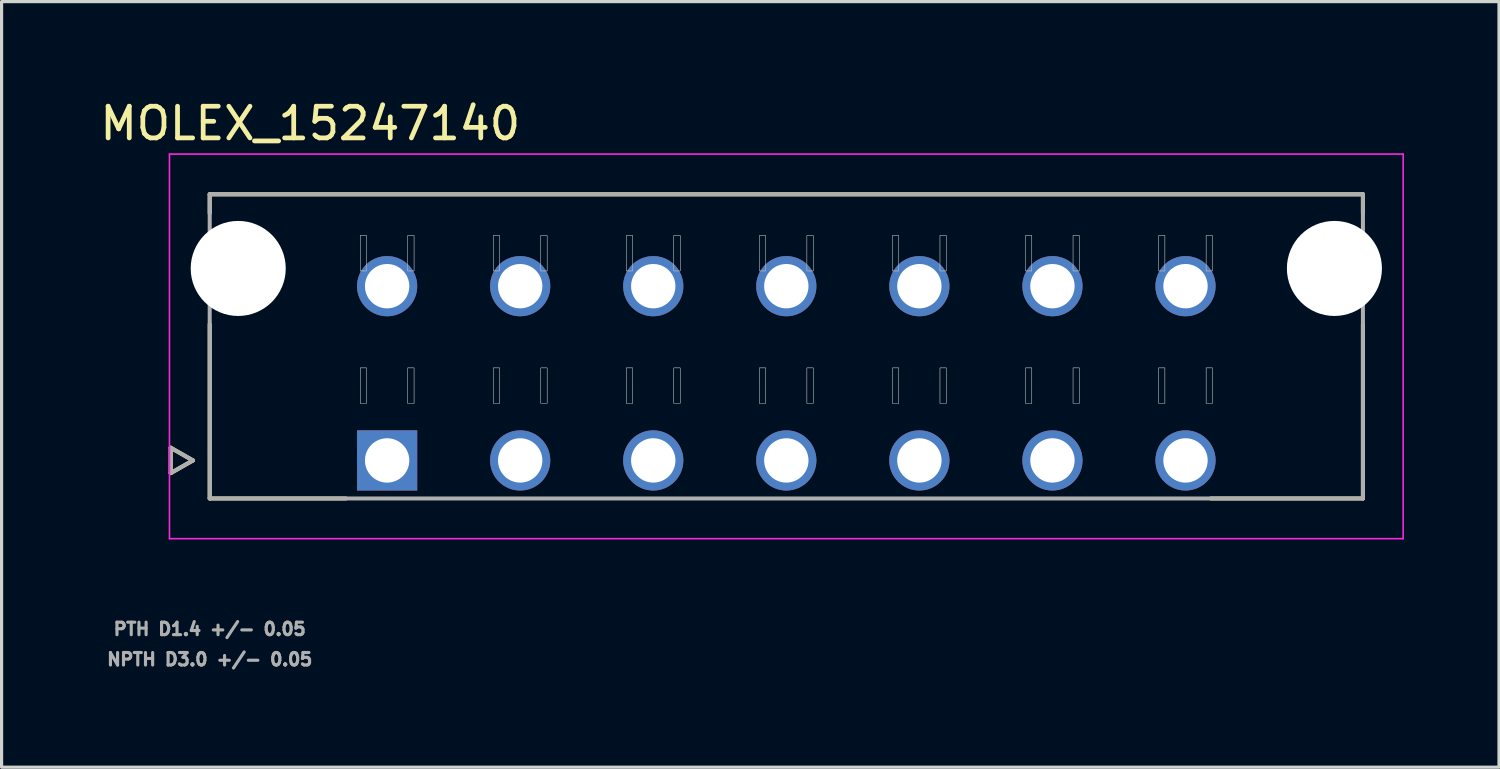
<source format=kicad_pcb>
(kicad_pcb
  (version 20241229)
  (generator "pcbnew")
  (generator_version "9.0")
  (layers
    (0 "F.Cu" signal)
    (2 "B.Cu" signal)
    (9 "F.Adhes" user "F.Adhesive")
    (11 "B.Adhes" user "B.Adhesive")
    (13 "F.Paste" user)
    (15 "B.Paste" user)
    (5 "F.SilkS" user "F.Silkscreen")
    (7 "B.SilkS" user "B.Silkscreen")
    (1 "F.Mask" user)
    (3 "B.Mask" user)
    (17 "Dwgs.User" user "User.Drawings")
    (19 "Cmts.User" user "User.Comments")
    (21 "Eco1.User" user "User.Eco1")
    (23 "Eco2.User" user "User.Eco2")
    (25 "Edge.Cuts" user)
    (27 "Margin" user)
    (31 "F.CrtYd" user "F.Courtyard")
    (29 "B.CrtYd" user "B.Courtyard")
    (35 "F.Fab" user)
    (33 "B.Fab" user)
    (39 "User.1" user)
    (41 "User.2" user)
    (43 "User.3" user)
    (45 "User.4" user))
  (footprint "MOLEX_15247140"
    (layer "F.Cu")
    (at 9.169 11.483)
    (property "Reference" "MOLEX_15247140" (at -2.425 -10.635 0) (layer "F.SilkS") (effects (font (size 1 1) (thickness 0.15))))
    (attr through_hole)
    (fp_circle (center -4.7 -6.06) (end -3.912 -6.06) (stroke (width 1.576) (type solid)) (fill no) (layer "F.Mask"))
    (fp_circle (center 0 -5.5) (end 0.513 -5.5) (stroke (width 1.026) (type solid)) (fill no) (layer "F.Mask"))
    (fp_circle (center 4.2 -5.5) (end 4.713 -5.5) (stroke (width 1.026) (type solid)) (fill no) (layer "F.Mask"))
    (fp_circle (center 4.2 0) (end 4.713 0) (stroke (width 1.026) (type solid)) (fill no) (layer "F.Mask"))
    (fp_circle (center 8.4 -5.5) (end 8.913 -5.5) (stroke (width 1.026) (type solid)) (fill no) (layer "F.Mask"))
    (fp_circle (center 8.4 0) (end 8.913 0) (stroke (width 1.026) (type solid)) (fill no) (layer "F.Mask"))
    (fp_circle (center 12.6 -5.5) (end 13.113 -5.5) (stroke (width 1.026) (type solid)) (fill no) (layer "F.Mask"))
    (fp_circle (center 12.6 0) (end 13.113 0) (stroke (width 1.026) (type solid)) (fill no) (layer "F.Mask"))
    (fp_circle (center 16.8 -5.5) (end 17.313 -5.5) (stroke (width 1.026) (type solid)) (fill no) (layer "F.Mask"))
    (fp_circle (center 16.8 0) (end 17.313 0) (stroke (width 1.026) (type solid)) (fill no) (layer "F.Mask"))
    (fp_circle (center 21 -5.5) (end 21.513 -5.5) (stroke (width 1.026) (type solid)) (fill no) (layer "F.Mask"))
    (fp_circle (center 21 0) (end 21.513 0) (stroke (width 1.026) (type solid)) (fill no) (layer "F.Mask"))
    (fp_circle (center 25.2 -5.5) (end 25.713 -5.5) (stroke (width 1.026) (type solid)) (fill no) (layer "F.Mask"))
    (fp_circle (center 25.2 0) (end 25.713 0) (stroke (width 1.026) (type solid)) (fill no) (layer "F.Mask"))
    (fp_circle (center 29.9 -6.06) (end 30.688 -6.06) (stroke (width 1.576) (type solid)) (fill no) (layer "F.Mask"))
    (fp_poly (pts (xy -1.026 -1.026) (xy 1.026 -1.026) (xy 1.026 1.026) (xy -1.026 1.026)) (stroke (width 0.01) (type solid)) (fill yes) (layer "F.Mask"))
    (fp_circle (center -4.7 -6.06) (end -3.912 -6.06) (stroke (width 1.576) (type solid)) (fill no) (layer "B.Mask"))
    (fp_circle (center 0 -5.5) (end 0.513 -5.5) (stroke (width 1.026) (type solid)) (fill no) (layer "B.Mask"))
    (fp_circle (center 4.2 -5.5) (end 4.713 -5.5) (stroke (width 1.026) (type solid)) (fill no) (layer "B.Mask"))
    (fp_circle (center 4.2 0) (end 4.713 0) (stroke (width 1.026) (type solid)) (fill no) (layer "B.Mask"))
    (fp_circle (center 8.4 -5.5) (end 8.913 -5.5) (stroke (width 1.026) (type solid)) (fill no) (layer "B.Mask"))
    (fp_circle (center 8.4 0) (end 8.913 0) (stroke (width 1.026) (type solid)) (fill no) (layer "B.Mask"))
    (fp_circle (center 12.6 -5.5) (end 13.113 -5.5) (stroke (width 1.026) (type solid)) (fill no) (layer "B.Mask"))
    (fp_circle (center 12.6 0) (end 13.113 0) (stroke (width 1.026) (type solid)) (fill no) (layer "B.Mask"))
    (fp_circle (center 16.8 -5.5) (end 17.313 -5.5) (stroke (width 1.026) (type solid)) (fill no) (layer "B.Mask"))
    (fp_circle (center 16.8 0) (end 17.313 0) (stroke (width 1.026) (type solid)) (fill no) (layer "B.Mask"))
    (fp_circle (center 21 -5.5) (end 21.513 -5.5) (stroke (width 1.026) (type solid)) (fill no) (layer "B.Mask"))
    (fp_circle (center 21 0) (end 21.513 0) (stroke (width 1.026) (type solid)) (fill no) (layer "B.Mask"))
    (fp_circle (center 25.2 -5.5) (end 25.713 -5.5) (stroke (width 1.026) (type solid)) (fill no) (layer "B.Mask"))
    (fp_circle (center 25.2 0) (end 25.713 0) (stroke (width 1.026) (type solid)) (fill no) (layer "B.Mask"))
    (fp_circle (center 29.9 -6.06) (end 30.688 -6.06) (stroke (width 1.576) (type solid)) (fill no) (layer "B.Mask"))
    (fp_poly (pts (xy -1.026 -1.026) (xy 1.026 -1.026) (xy 1.026 1.026) (xy -1.026 1.026)) (stroke (width 0.01) (type solid)) (fill yes) (layer "B.Mask"))
    (fp_line (start -6.83 -0.4) (end -6.83 0.4) (stroke (width 0.127) (type solid)) (layer "F.SilkS"))
    (fp_line (start -6.83 0.4) (end -6.13 0) (stroke (width 0.127) (type solid)) (layer "F.SilkS"))
    (fp_line (start -6.13 0) (end -6.83 -0.4) (stroke (width 0.127) (type solid)) (layer "F.SilkS"))
    (fp_line (start -5.6 -8.4) (end -5.6 -7.8) (stroke (width 0.127) (type solid)) (layer "F.SilkS"))
    (fp_line (start -5.6 -8.4) (end 30.8 -8.4) (stroke (width 0.127) (type solid)) (layer "F.SilkS"))
    (fp_line (start -5.6 -4.3) (end -5.6 1.2) (stroke (width 0.127) (type solid)) (layer "F.SilkS"))
    (fp_line (start -1.3 1.2) (end -5.6 1.2) (stroke (width 0.127) (type solid)) (layer "F.SilkS"))
    (fp_line (start 30.8 -8.4) (end 30.8 -7.8) (stroke (width 0.127) (type solid)) (layer "F.SilkS"))
    (fp_line (start 30.8 -4.3) (end 30.8 1.2) (stroke (width 0.127) (type solid)) (layer "F.SilkS"))
    (fp_line (start 30.8 1.2) (end 26 1.2) (stroke (width 0.127) (type solid)) (layer "F.SilkS"))
    (fp_poly (pts (xy -0.65 -7.1) (xy -0.85 -7.1) (xy -0.85 -5.98) (xy -0.65 -5.98)) (stroke (width 0.01) (type solid)) (fill no) (layer "Dwgs.User"))
    (fp_poly (pts (xy -0.65 -7.1) (xy -0.85 -7.1) (xy -0.85 -5.98) (xy -0.65 -5.98)) (stroke (width 0.01) (type solid)) (fill no) (layer "Dwgs.User"))
    (fp_poly (pts (xy -0.65 -2.92) (xy -0.85 -2.92) (xy -0.85 -1.8) (xy -0.65 -1.8)) (stroke (width 0.01) (type solid)) (fill no) (layer "Dwgs.User"))
    (fp_poly (pts (xy -0.65 -2.92) (xy -0.85 -2.92) (xy -0.85 -1.8) (xy -0.65 -1.8)) (stroke (width 0.01) (type solid)) (fill no) (layer "Dwgs.User"))
    (fp_poly (pts (xy 0.85 -7.1) (xy 0.65 -7.1) (xy 0.65 -5.98) (xy 0.85 -5.98)) (stroke (width 0.01) (type solid)) (fill no) (layer "Dwgs.User"))
    (fp_poly (pts (xy 0.85 -7.1) (xy 0.65 -7.1) (xy 0.65 -5.98) (xy 0.85 -5.98)) (stroke (width 0.01) (type solid)) (fill no) (layer "Dwgs.User"))
    (fp_poly (pts (xy 0.85 -2.92) (xy 0.65 -2.92) (xy 0.65 -1.8) (xy 0.85 -1.8)) (stroke (width 0.01) (type solid)) (fill no) (layer "Dwgs.User"))
    (fp_poly (pts (xy 0.85 -2.92) (xy 0.65 -2.92) (xy 0.65 -1.8) (xy 0.85 -1.8)) (stroke (width 0.01) (type solid)) (fill no) (layer "Dwgs.User"))
    (fp_poly (pts (xy 3.55 -7.1) (xy 3.35 -7.1) (xy 3.35 -5.98) (xy 3.55 -5.98)) (stroke (width 0.01) (type solid)) (fill no) (layer "Dwgs.User"))
    (fp_poly (pts (xy 3.55 -7.1) (xy 3.35 -7.1) (xy 3.35 -5.98) (xy 3.55 -5.98)) (stroke (width 0.01) (type solid)) (fill no) (layer "Dwgs.User"))
    (fp_poly (pts (xy 3.55 -2.92) (xy 3.35 -2.92) (xy 3.35 -1.8) (xy 3.55 -1.8)) (stroke (width 0.01) (type solid)) (fill no) (layer "Dwgs.User"))
    (fp_poly (pts (xy 3.55 -2.92) (xy 3.35 -2.92) (xy 3.35 -1.8) (xy 3.55 -1.8)) (stroke (width 0.01) (type solid)) (fill no) (layer "Dwgs.User"))
    (fp_poly (pts (xy 5.05 -7.1) (xy 4.85 -7.1) (xy 4.85 -5.98) (xy 5.05 -5.98)) (stroke (width 0.01) (type solid)) (fill no) (layer "Dwgs.User"))
    (fp_poly (pts (xy 5.05 -7.1) (xy 4.85 -7.1) (xy 4.85 -5.98) (xy 5.05 -5.98)) (stroke (width 0.01) (type solid)) (fill no) (layer "Dwgs.User"))
    (fp_poly (pts (xy 5.05 -2.92) (xy 4.85 -2.92) (xy 4.85 -1.8) (xy 5.05 -1.8)) (stroke (width 0.01) (type solid)) (fill no) (layer "Dwgs.User"))
    (fp_poly (pts (xy 5.05 -2.92) (xy 4.85 -2.92) (xy 4.85 -1.8) (xy 5.05 -1.8)) (stroke (width 0.01) (type solid)) (fill no) (layer "Dwgs.User"))
    (fp_poly (pts (xy 7.75 -7.1) (xy 7.55 -7.1) (xy 7.55 -5.98) (xy 7.75 -5.98)) (stroke (width 0.01) (type solid)) (fill no) (layer "Dwgs.User"))
    (fp_poly (pts (xy 7.75 -7.1) (xy 7.55 -7.1) (xy 7.55 -5.98) (xy 7.75 -5.98)) (stroke (width 0.01) (type solid)) (fill no) (layer "Dwgs.User"))
    (fp_poly (pts (xy 7.75 -2.92) (xy 7.55 -2.92) (xy 7.55 -1.8) (xy 7.75 -1.8)) (stroke (width 0.01) (type solid)) (fill no) (layer "Dwgs.User"))
    (fp_poly (pts (xy 7.75 -2.92) (xy 7.55 -2.92) (xy 7.55 -1.8) (xy 7.75 -1.8)) (stroke (width 0.01) (type solid)) (fill no) (layer "Dwgs.User"))
    (fp_poly (pts (xy 9.25 -7.1) (xy 9.05 -7.1) (xy 9.05 -5.98) (xy 9.25 -5.98)) (stroke (width 0.01) (type solid)) (fill no) (layer "Dwgs.User"))
    (fp_poly (pts (xy 9.25 -7.1) (xy 9.05 -7.1) (xy 9.05 -5.98) (xy 9.25 -5.98)) (stroke (width 0.01) (type solid)) (fill no) (layer "Dwgs.User"))
    (fp_poly (pts (xy 9.25 -2.92) (xy 9.05 -2.92) (xy 9.05 -1.8) (xy 9.25 -1.8)) (stroke (width 0.01) (type solid)) (fill no) (layer "Dwgs.User"))
    (fp_poly (pts (xy 9.25 -2.92) (xy 9.05 -2.92) (xy 9.05 -1.8) (xy 9.25 -1.8)) (stroke (width 0.01) (type solid)) (fill no) (layer "Dwgs.User"))
    (fp_poly (pts (xy 11.95 -7.1) (xy 11.75 -7.1) (xy 11.75 -5.98) (xy 11.95 -5.98)) (stroke (width 0.01) (type solid)) (fill no) (layer "Dwgs.User"))
    (fp_poly (pts (xy 11.95 -7.1) (xy 11.75 -7.1) (xy 11.75 -5.98) (xy 11.95 -5.98)) (stroke (width 0.01) (type solid)) (fill no) (layer "Dwgs.User"))
    (fp_poly (pts (xy 11.95 -2.92) (xy 11.75 -2.92) (xy 11.75 -1.8) (xy 11.95 -1.8)) (stroke (width 0.01) (type solid)) (fill no) (layer "Dwgs.User"))
    (fp_poly (pts (xy 11.95 -2.92) (xy 11.75 -2.92) (xy 11.75 -1.8) (xy 11.95 -1.8)) (stroke (width 0.01) (type solid)) (fill no) (layer "Dwgs.User"))
    (fp_poly (pts (xy 13.45 -7.1) (xy 13.25 -7.1) (xy 13.25 -5.98) (xy 13.45 -5.98)) (stroke (width 0.01) (type solid)) (fill no) (layer "Dwgs.User"))
    (fp_poly (pts (xy 13.45 -7.1) (xy 13.25 -7.1) (xy 13.25 -5.98) (xy 13.45 -5.98)) (stroke (width 0.01) (type solid)) (fill no) (layer "Dwgs.User"))
    (fp_poly (pts (xy 13.45 -2.92) (xy 13.25 -2.92) (xy 13.25 -1.8) (xy 13.45 -1.8)) (stroke (width 0.01) (type solid)) (fill no) (layer "Dwgs.User"))
    (fp_poly (pts (xy 13.45 -2.92) (xy 13.25 -2.92) (xy 13.25 -1.8) (xy 13.45 -1.8)) (stroke (width 0.01) (type solid)) (fill no) (layer "Dwgs.User"))
    (fp_poly (pts (xy 16.15 -7.1) (xy 15.95 -7.1) (xy 15.95 -5.98) (xy 16.15 -5.98)) (stroke (width 0.01) (type solid)) (fill no) (layer "Dwgs.User"))
    (fp_poly (pts (xy 16.15 -7.1) (xy 15.95 -7.1) (xy 15.95 -5.98) (xy 16.15 -5.98)) (stroke (width 0.01) (type solid)) (fill no) (layer "Dwgs.User"))
    (fp_poly (pts (xy 16.15 -2.92) (xy 15.95 -2.92) (xy 15.95 -1.8) (xy 16.15 -1.8)) (stroke (width 0.01) (type solid)) (fill no) (layer "Dwgs.User"))
    (fp_poly (pts (xy 16.15 -2.92) (xy 15.95 -2.92) (xy 15.95 -1.8) (xy 16.15 -1.8)) (stroke (width 0.01) (type solid)) (fill no) (layer "Dwgs.User"))
    (fp_poly (pts (xy 17.65 -7.1) (xy 17.45 -7.1) (xy 17.45 -5.98) (xy 17.65 -5.98)) (stroke (width 0.01) (type solid)) (fill no) (layer "Dwgs.User"))
    (fp_poly (pts (xy 17.65 -7.1) (xy 17.45 -7.1) (xy 17.45 -5.98) (xy 17.65 -5.98)) (stroke (width 0.01) (type solid)) (fill no) (layer "Dwgs.User"))
    (fp_poly (pts (xy 17.65 -2.92) (xy 17.45 -2.92) (xy 17.45 -1.8) (xy 17.65 -1.8)) (stroke (width 0.01) (type solid)) (fill no) (layer "Dwgs.User"))
    (fp_poly (pts (xy 17.65 -2.92) (xy 17.45 -2.92) (xy 17.45 -1.8) (xy 17.65 -1.8)) (stroke (width 0.01) (type solid)) (fill no) (layer "Dwgs.User"))
    (fp_poly (pts (xy 20.35 -7.1) (xy 20.15 -7.1) (xy 20.15 -5.98) (xy 20.35 -5.98)) (stroke (width 0.01) (type solid)) (fill no) (layer "Dwgs.User"))
    (fp_poly (pts (xy 20.35 -7.1) (xy 20.15 -7.1) (xy 20.15 -5.98) (xy 20.35 -5.98)) (stroke (width 0.01) (type solid)) (fill no) (layer "Dwgs.User"))
    (fp_poly (pts (xy 20.35 -2.92) (xy 20.15 -2.92) (xy 20.15 -1.8) (xy 20.35 -1.8)) (stroke (width 0.01) (type solid)) (fill no) (layer "Dwgs.User"))
    (fp_poly (pts (xy 20.35 -2.92) (xy 20.15 -2.92) (xy 20.15 -1.8) (xy 20.35 -1.8)) (stroke (width 0.01) (type solid)) (fill no) (layer "Dwgs.User"))
    (fp_poly (pts (xy 21.85 -7.1) (xy 21.65 -7.1) (xy 21.65 -5.98) (xy 21.85 -5.98)) (stroke (width 0.01) (type solid)) (fill no) (layer "Dwgs.User"))
    (fp_poly (pts (xy 21.85 -7.1) (xy 21.65 -7.1) (xy 21.65 -5.98) (xy 21.85 -5.98)) (stroke (width 0.01) (type solid)) (fill no) (layer "Dwgs.User"))
    (fp_poly (pts (xy 21.85 -2.92) (xy 21.65 -2.92) (xy 21.65 -1.8) (xy 21.85 -1.8)) (stroke (width 0.01) (type solid)) (fill no) (layer "Dwgs.User"))
    (fp_poly (pts (xy 21.85 -2.92) (xy 21.65 -2.92) (xy 21.65 -1.8) (xy 21.85 -1.8)) (stroke (width 0.01) (type solid)) (fill no) (layer "Dwgs.User"))
    (fp_poly (pts (xy 24.55 -7.1) (xy 24.35 -7.1) (xy 24.35 -5.98) (xy 24.55 -5.98)) (stroke (width 0.01) (type solid)) (fill no) (layer "Dwgs.User"))
    (fp_poly (pts (xy 24.55 -7.1) (xy 24.35 -7.1) (xy 24.35 -5.98) (xy 24.55 -5.98)) (stroke (width 0.01) (type solid)) (fill no) (layer "Dwgs.User"))
    (fp_poly (pts (xy 24.55 -2.92) (xy 24.35 -2.92) (xy 24.35 -1.8) (xy 24.55 -1.8)) (stroke (width 0.01) (type solid)) (fill no) (layer "Dwgs.User"))
    (fp_poly (pts (xy 24.55 -2.92) (xy 24.35 -2.92) (xy 24.35 -1.8) (xy 24.55 -1.8)) (stroke (width 0.01) (type solid)) (fill no) (layer "Dwgs.User"))
    (fp_poly (pts (xy 26.05 -7.1) (xy 25.85 -7.1) (xy 25.85 -5.98) (xy 26.05 -5.98)) (stroke (width 0.01) (type solid)) (fill no) (layer "Dwgs.User"))
    (fp_poly (pts (xy 26.05 -7.1) (xy 25.85 -7.1) (xy 25.85 -5.98) (xy 26.05 -5.98)) (stroke (width 0.01) (type solid)) (fill no) (layer "Dwgs.User"))
    (fp_poly (pts (xy 26.05 -2.92) (xy 25.85 -2.92) (xy 25.85 -1.8) (xy 26.05 -1.8)) (stroke (width 0.01) (type solid)) (fill no) (layer "Dwgs.User"))
    (fp_poly (pts (xy 26.05 -2.92) (xy 25.85 -2.92) (xy 25.85 -1.8) (xy 26.05 -1.8)) (stroke (width 0.01) (type solid)) (fill no) (layer "Dwgs.User"))
    (fp_line (start -6.87 -9.67) (end 32.07 -9.67) (stroke (width 0.05) (type solid)) (layer "F.CrtYd"))
    (fp_line (start -6.87 2.47) (end -6.87 -9.67) (stroke (width 0.05) (type solid)) (layer "F.CrtYd"))
    (fp_line (start -6.87 2.47) (end 32.07 2.47) (stroke (width 0.05) (type solid)) (layer "F.CrtYd"))
    (fp_line (start 32.07 -9.67) (end 32.07 2.47) (stroke (width 0.05) (type solid)) (layer "F.CrtYd"))
    (fp_line (start -6.83 -0.4) (end -6.83 0.4) (stroke (width 0.127) (type solid)) (layer "F.Fab"))
    (fp_line (start -6.83 0.4) (end -6.13 0) (stroke (width 0.127) (type solid)) (layer "F.Fab"))
    (fp_line (start -6.13 0) (end -6.83 -0.4) (stroke (width 0.127) (type solid)) (layer "F.Fab"))
    (fp_line (start -5.6 -8.4) (end 30.8 -8.4) (stroke (width 0.127) (type solid)) (layer "F.Fab"))
    (fp_line (start -5.6 1.2) (end -5.6 -8.4) (stroke (width 0.127) (type solid)) (layer "F.Fab"))
    (fp_line (start 30.8 -8.4) (end 30.8 1.2) (stroke (width 0.127) (type solid)) (layer "F.Fab"))
    (fp_line (start 30.8 1.2) (end -5.6 1.2) (stroke (width 0.127) (type solid)) (layer "F.Fab"))
    (fp_text user "PTH D1.4 +/- 0.05" (at -5.6 5.322 0) (layer "F.Fab") (effects (font (size 0.394 0.394) (thickness 0.15))))
    (fp_text user "NPTH D3.0 +/- 0.05" (at -5.6 6.28 0) (layer "F.Fab") (effects (font (size 0.394 0.394) (thickness 0.15))))
    (pad "" np_thru_hole circle (at -4.7 -6.06) (size 3 3) (drill 3) (layers "*.Cu" "*.Mask"))
    (pad "" np_thru_hole circle (at 29.9 -6.06) (size 3 3) (drill 3) (layers "*.Cu" "*.Mask"))
    (pad "1" thru_hole rect (at 0 0) (size 1.9 1.9) (drill 1.4) (layers "*.Cu"))
    (pad "2" thru_hole circle (at 4.2 0) (size 1.9 1.9) (drill 1.4) (layers "*.Cu"))
    (pad "3" thru_hole circle (at 8.4 0) (size 1.9 1.9) (drill 1.4) (layers "*.Cu"))
    (pad "4" thru_hole circle (at 12.6 0) (size 1.9 1.9) (drill 1.4) (layers "*.Cu"))
    (pad "5" thru_hole circle (at 16.8 0) (size 1.9 1.9) (drill 1.4) (layers "*.Cu"))
    (pad "6" thru_hole circle (at 21 0) (size 1.9 1.9) (drill 1.4) (layers "*.Cu"))
    (pad "7" thru_hole circle (at 25.2 0) (size 1.9 1.9) (drill 1.4) (layers "*.Cu"))
    (pad "8" thru_hole circle (at 0 -5.5) (size 1.9 1.9) (drill 1.4) (layers "*.Cu"))
    (pad "9" thru_hole circle (at 4.2 -5.5) (size 1.9 1.9) (drill 1.4) (layers "*.Cu"))
    (pad "10" thru_hole circle (at 8.4 -5.5) (size 1.9 1.9) (drill 1.4) (layers "*.Cu"))
    (pad "11" thru_hole circle (at 12.6 -5.5) (size 1.9 1.9) (drill 1.4) (layers "*.Cu"))
    (pad "12" thru_hole circle (at 16.8 -5.5) (size 1.9 1.9) (drill 1.4) (layers "*.Cu"))
    (pad "13" thru_hole circle (at 21 -5.5) (size 1.9 1.9) (drill 1.4) (layers "*.Cu"))
    (pad "14" thru_hole circle (at 25.2 -5.5) (size 1.9 1.9) (drill 1.4) (layers "*.Cu")))
  (gr_rect
    (start -3 -3)
    (end 44.264 21.166)
    (stroke (width 0.1) (type default))
    (fill no)
    (layer "Edge.Cuts")))
</source>
